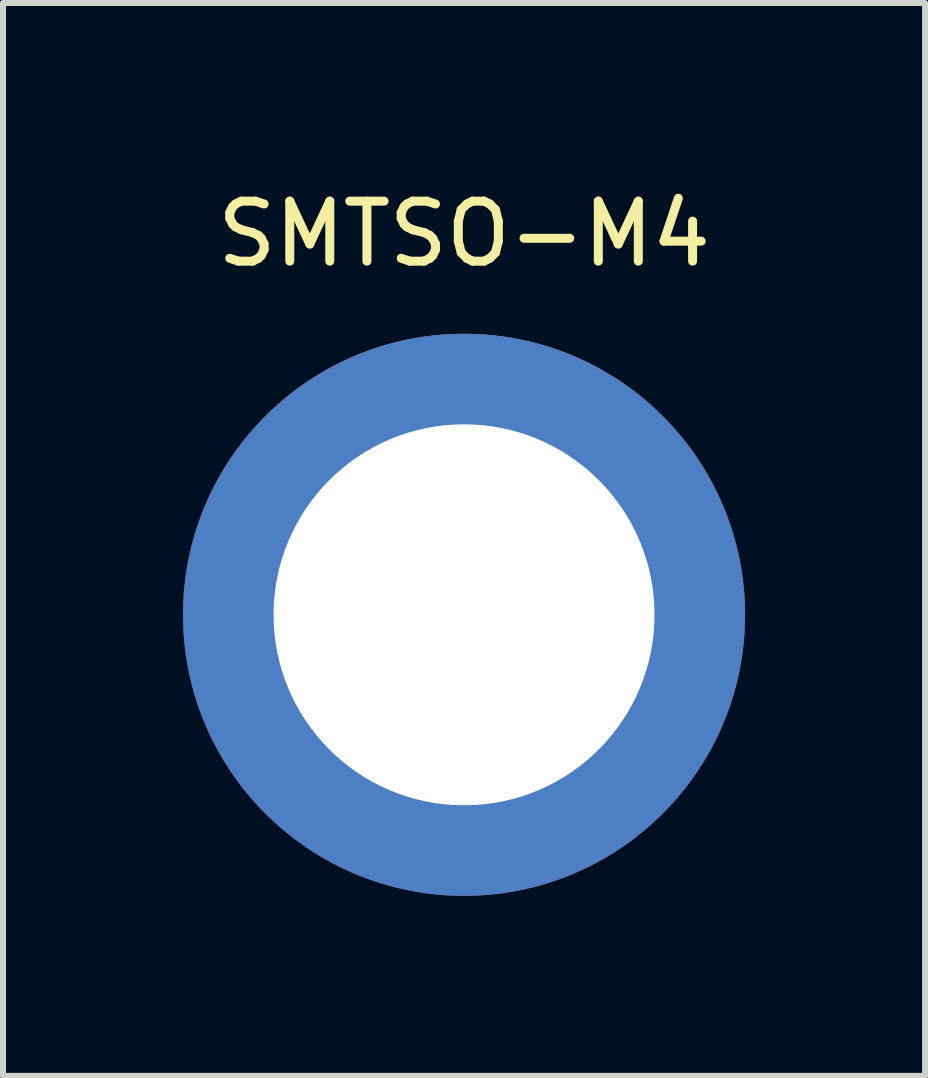
<source format=kicad_pcb>
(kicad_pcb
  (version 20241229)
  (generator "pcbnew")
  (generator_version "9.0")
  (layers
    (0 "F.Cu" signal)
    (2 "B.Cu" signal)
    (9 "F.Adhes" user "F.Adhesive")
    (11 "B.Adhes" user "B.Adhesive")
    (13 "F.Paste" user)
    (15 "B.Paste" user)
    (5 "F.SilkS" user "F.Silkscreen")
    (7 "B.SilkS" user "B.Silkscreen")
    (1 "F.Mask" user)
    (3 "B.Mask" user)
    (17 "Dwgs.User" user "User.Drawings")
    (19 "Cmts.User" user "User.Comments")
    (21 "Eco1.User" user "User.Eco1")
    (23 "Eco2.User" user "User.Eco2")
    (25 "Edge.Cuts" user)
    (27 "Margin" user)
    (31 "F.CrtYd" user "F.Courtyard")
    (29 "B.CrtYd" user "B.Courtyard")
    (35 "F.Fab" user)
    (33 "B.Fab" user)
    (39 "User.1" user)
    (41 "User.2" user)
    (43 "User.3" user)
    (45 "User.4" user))
  (footprint "SMTSO-M4"
    (layer "F.Cu")
    (at 4.685 7.198)
    (property "Reference" "SMTSO-M4" (at 0 -6.35 180) (layer "F.SilkS") (effects (font (size 1 1) (thickness 0.15))))
    (pad "1" thru_hole circle (at 0 0) (size 9.37 9.37) (drill 6.35) (layers "*.Cu" "*.Mask")))
  (gr_rect
    (start -3 -3)
    (end 12.37 14.883)
    (stroke (width 0.1) (type default))
    (fill no)
    (layer "Edge.Cuts")))
</source>
